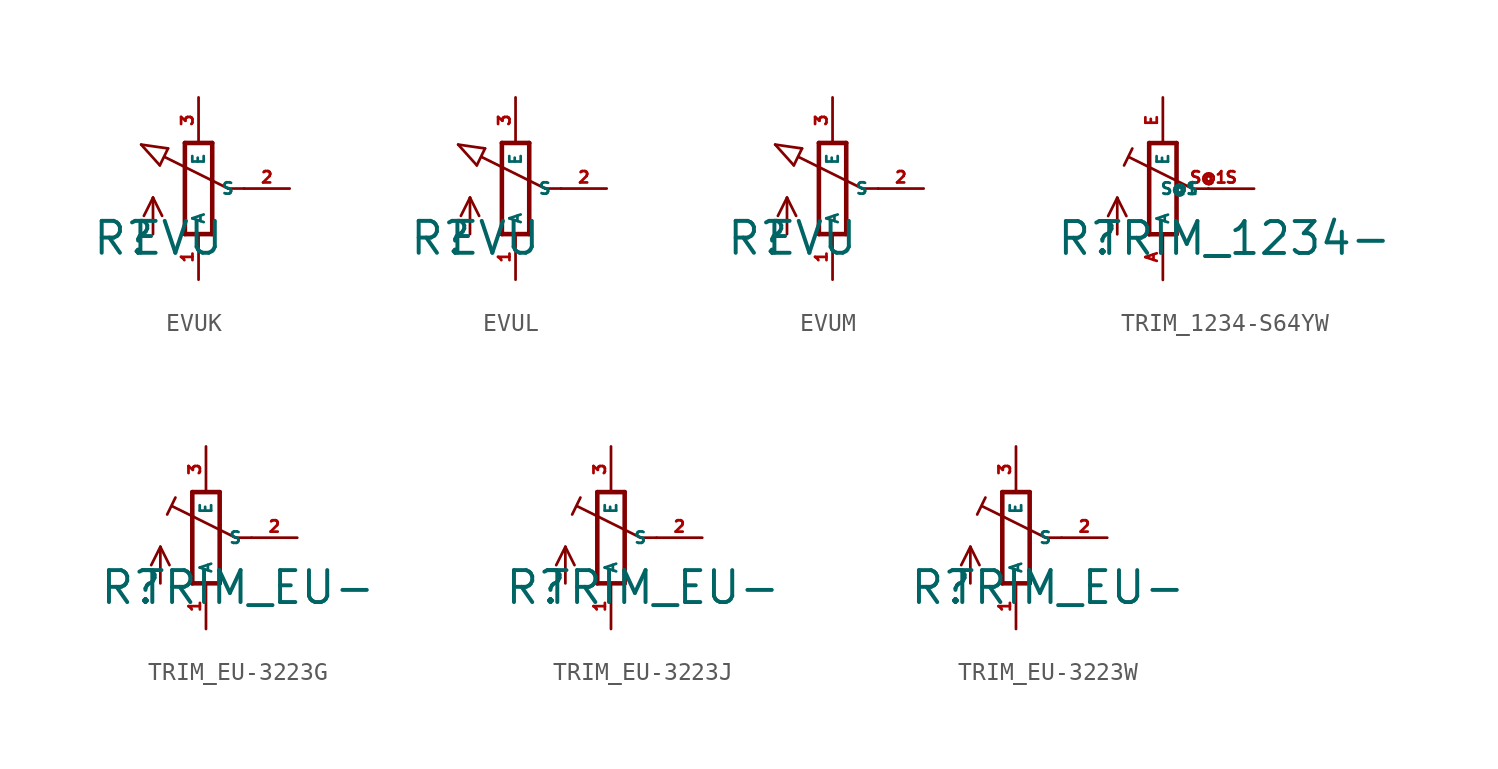
<source format=kicad_sym>
(kicad_symbol_lib
  (version 20220914)
  (generator Eagle2Kicad)
  (symbol "EVUK"
    (property "Reference" "R"
      (at -5.969 -3.81 0)
      (effects (font (size 1.778 1.778) (thickness 0.22)) (justify left bottom)))
    (property "Value" "EVU"
      (at -3.81 -3.81 0)
      (effects (font (size 1.778 1.778) (thickness 0.22)) (justify left bottom)))
    (polyline
      (pts (xy -0.762 2.54) (xy -0.762 -2.54))
      (stroke (width 0.254) (type default))
      (fill (type none)))
    (polyline
      (pts (xy 0.762 -2.54) (xy 0.762 2.54))
      (stroke (width 0.254) (type default))
      (fill (type none)))
    (polyline
      (pts (xy 2.54 0) (xy 1.651 0))
      (stroke (width 0.152) (type default))
      (fill (type none)))
    (polyline
      (pts (xy 1.651 0) (xy -1.88 1.753))
      (stroke (width 0.152) (type default))
      (fill (type none)))
    (polyline
      (pts (xy 0.762 2.54) (xy -0.762 2.54))
      (stroke (width 0.254) (type default))
      (fill (type none)))
    (polyline
      (pts (xy -0.762 -2.54) (xy 0.762 -2.54))
      (stroke (width 0.254) (type default))
      (fill (type none)))
    (polyline
      (pts (xy -2.16 1.294) (xy -3.199 2.45))
      (stroke (width 0.152) (type default))
      (fill (type none)))
    (polyline
      (pts (xy -3.199 2.45) (xy -1.702 2.235))
      (stroke (width 0.152) (type default))
      (fill (type none)))
    (polyline
      (pts (xy -2.54 -2.54) (xy -2.54 -0.508))
      (stroke (width 0.152) (type default))
      (fill (type none)))
    (polyline
      (pts (xy -2.54 -0.508) (xy -3.048 -1.524))
      (stroke (width 0.152) (type default))
      (fill (type none)))
    (polyline
      (pts (xy -2.54 -0.508) (xy -2.032 -1.524))
      (stroke (width 0.152) (type default))
      (fill (type none)))
    (polyline
      (pts (xy -2.16 1.294) (xy -1.702 2.235))
      (stroke (width 0.152) (type default))
      (fill (type none)))
    (pin passive line
      (at 0 -5.08 90)
      (length 2.54)
      (name "A" (effects (font (size 0.635 0.635) (thickness 0.08)) (justify left bottom)))
      (number "1" (effects (font (size 0.635 0.635) (thickness 0.08)) (justify left bottom))))
    (pin passive line
      (at 0 5.08 270)
      (length 2.54)
      (name "E" (effects (font (size 0.635 0.635) (thickness 0.08)) (justify left bottom)))
      (number "3" (effects (font (size 0.635 0.635) (thickness 0.08)) (justify left bottom))))
    (pin passive line
      (at 5.08 0 180)
      (length 2.54)
      (name "S" (effects (font (size 0.635 0.635) (thickness 0.08)) (justify left bottom)))
      (number "2" (effects (font (size 0.635 0.635) (thickness 0.08)) (justify left bottom)))))
  (symbol "EVUL"
    (property "Reference" "R"
      (at -5.969 -3.81 0)
      (effects (font (size 1.778 1.778) (thickness 0.22)) (justify left bottom)))
    (property "Value" "EVU"
      (at -3.81 -3.81 0)
      (effects (font (size 1.778 1.778) (thickness 0.22)) (justify left bottom)))
    (polyline
      (pts (xy -0.762 2.54) (xy -0.762 -2.54))
      (stroke (width 0.254) (type default))
      (fill (type none)))
    (polyline
      (pts (xy 0.762 -2.54) (xy 0.762 2.54))
      (stroke (width 0.254) (type default))
      (fill (type none)))
    (polyline
      (pts (xy 2.54 0) (xy 1.651 0))
      (stroke (width 0.152) (type default))
      (fill (type none)))
    (polyline
      (pts (xy 1.651 0) (xy -1.88 1.753))
      (stroke (width 0.152) (type default))
      (fill (type none)))
    (polyline
      (pts (xy 0.762 2.54) (xy -0.762 2.54))
      (stroke (width 0.254) (type default))
      (fill (type none)))
    (polyline
      (pts (xy -0.762 -2.54) (xy 0.762 -2.54))
      (stroke (width 0.254) (type default))
      (fill (type none)))
    (polyline
      (pts (xy -2.16 1.294) (xy -3.199 2.45))
      (stroke (width 0.152) (type default))
      (fill (type none)))
    (polyline
      (pts (xy -3.199 2.45) (xy -1.702 2.235))
      (stroke (width 0.152) (type default))
      (fill (type none)))
    (polyline
      (pts (xy -2.54 -2.54) (xy -2.54 -0.508))
      (stroke (width 0.152) (type default))
      (fill (type none)))
    (polyline
      (pts (xy -2.54 -0.508) (xy -3.048 -1.524))
      (stroke (width 0.152) (type default))
      (fill (type none)))
    (polyline
      (pts (xy -2.54 -0.508) (xy -2.032 -1.524))
      (stroke (width 0.152) (type default))
      (fill (type none)))
    (polyline
      (pts (xy -2.16 1.294) (xy -1.702 2.235))
      (stroke (width 0.152) (type default))
      (fill (type none)))
    (pin passive line
      (at 0 -5.08 90)
      (length 2.54)
      (name "A" (effects (font (size 0.635 0.635) (thickness 0.08)) (justify left bottom)))
      (number "1" (effects (font (size 0.635 0.635) (thickness 0.08)) (justify left bottom))))
    (pin passive line
      (at 0 5.08 270)
      (length 2.54)
      (name "E" (effects (font (size 0.635 0.635) (thickness 0.08)) (justify left bottom)))
      (number "3" (effects (font (size 0.635 0.635) (thickness 0.08)) (justify left bottom))))
    (pin passive line
      (at 5.08 0 180)
      (length 2.54)
      (name "S" (effects (font (size 0.635 0.635) (thickness 0.08)) (justify left bottom)))
      (number "2" (effects (font (size 0.635 0.635) (thickness 0.08)) (justify left bottom)))))
  (symbol "EVUM"
    (property "Reference" "R"
      (at -5.969 -3.81 0)
      (effects (font (size 1.778 1.778) (thickness 0.22)) (justify left bottom)))
    (property "Value" "EVU"
      (at -3.81 -3.81 0)
      (effects (font (size 1.778 1.778) (thickness 0.22)) (justify left bottom)))
    (polyline
      (pts (xy -0.762 2.54) (xy -0.762 -2.54))
      (stroke (width 0.254) (type default))
      (fill (type none)))
    (polyline
      (pts (xy 0.762 -2.54) (xy 0.762 2.54))
      (stroke (width 0.254) (type default))
      (fill (type none)))
    (polyline
      (pts (xy 2.54 0) (xy 1.651 0))
      (stroke (width 0.152) (type default))
      (fill (type none)))
    (polyline
      (pts (xy 1.651 0) (xy -1.88 1.753))
      (stroke (width 0.152) (type default))
      (fill (type none)))
    (polyline
      (pts (xy 0.762 2.54) (xy -0.762 2.54))
      (stroke (width 0.254) (type default))
      (fill (type none)))
    (polyline
      (pts (xy -0.762 -2.54) (xy 0.762 -2.54))
      (stroke (width 0.254) (type default))
      (fill (type none)))
    (polyline
      (pts (xy -2.16 1.294) (xy -3.199 2.45))
      (stroke (width 0.152) (type default))
      (fill (type none)))
    (polyline
      (pts (xy -3.199 2.45) (xy -1.702 2.235))
      (stroke (width 0.152) (type default))
      (fill (type none)))
    (polyline
      (pts (xy -2.54 -2.54) (xy -2.54 -0.508))
      (stroke (width 0.152) (type default))
      (fill (type none)))
    (polyline
      (pts (xy -2.54 -0.508) (xy -3.048 -1.524))
      (stroke (width 0.152) (type default))
      (fill (type none)))
    (polyline
      (pts (xy -2.54 -0.508) (xy -2.032 -1.524))
      (stroke (width 0.152) (type default))
      (fill (type none)))
    (polyline
      (pts (xy -2.16 1.294) (xy -1.702 2.235))
      (stroke (width 0.152) (type default))
      (fill (type none)))
    (pin passive line
      (at 0 -5.08 90)
      (length 2.54)
      (name "A" (effects (font (size 0.635 0.635) (thickness 0.08)) (justify left bottom)))
      (number "1" (effects (font (size 0.635 0.635) (thickness 0.08)) (justify left bottom))))
    (pin passive line
      (at 0 5.08 270)
      (length 2.54)
      (name "E" (effects (font (size 0.635 0.635) (thickness 0.08)) (justify left bottom)))
      (number "3" (effects (font (size 0.635 0.635) (thickness 0.08)) (justify left bottom))))
    (pin passive line
      (at 5.08 0 180)
      (length 2.54)
      (name "S" (effects (font (size 0.635 0.635) (thickness 0.08)) (justify left bottom)))
      (number "2" (effects (font (size 0.635 0.635) (thickness 0.08)) (justify left bottom)))))
  (symbol "TRIM_1234-S64YW"
    (property "Reference" "R"
      (at -5.969 -3.81 0)
      (effects (font (size 1.778 1.778) (thickness 0.22)) (justify left bottom)))
    (property "Value" "TRIM_1234-"
      (at -3.81 -3.81 0)
      (effects (font (size 1.778 1.778) (thickness 0.22)) (justify left bottom)))
    (polyline
      (pts (xy -0.762 2.54) (xy -0.762 -2.54))
      (stroke (width 0.254) (type default))
      (fill (type none)))
    (polyline
      (pts (xy 0.762 -2.54) (xy 0.762 2.54))
      (stroke (width 0.254) (type default))
      (fill (type none)))
    (polyline
      (pts (xy 2.54 0) (xy 1.651 0))
      (stroke (width 0.152) (type default))
      (fill (type none)))
    (polyline
      (pts (xy 1.651 0) (xy -1.88 1.753))
      (stroke (width 0.152) (type default))
      (fill (type none)))
    (polyline
      (pts (xy 0.762 2.54) (xy -0.762 2.54))
      (stroke (width 0.254) (type default))
      (fill (type none)))
    (polyline
      (pts (xy -0.762 -2.54) (xy 0.762 -2.54))
      (stroke (width 0.254) (type default))
      (fill (type none)))
    (polyline
      (pts (xy -2.54 -2.54) (xy -2.54 -0.508))
      (stroke (width 0.152) (type default))
      (fill (type none)))
    (polyline
      (pts (xy -2.54 -0.508) (xy -3.048 -1.524))
      (stroke (width 0.152) (type default))
      (fill (type none)))
    (polyline
      (pts (xy -2.54 -0.508) (xy -2.032 -1.524))
      (stroke (width 0.152) (type default))
      (fill (type none)))
    (polyline
      (pts (xy -2.16 1.294) (xy -1.702 2.235))
      (stroke (width 0.152) (type default))
      (fill (type none)))
    (pin passive line
      (at 0 -5.08 90)
      (length 2.54)
      (name "A" (effects (font (size 0.635 0.635) (thickness 0.08)) (justify left bottom)))
      (number "A" (effects (font (size 0.635 0.635) (thickness 0.08)) (justify left bottom))))
    (pin passive line
      (at 0 5.08 270)
      (length 2.54)
      (name "E" (effects (font (size 0.635 0.635) (thickness 0.08)) (justify left bottom)))
      (number "E" (effects (font (size 0.635 0.635) (thickness 0.08)) (justify left bottom))))
    (pin passive line
      (at 5.08 0 180)
      (length 2.54)
      (name "S" (effects (font (size 0.635 0.635) (thickness 0.08)) (justify left bottom)))
      (number "S" (effects (font (size 0.635 0.635) (thickness 0.08)) (justify left bottom))))
    (pin passive line
      (at 2.54 0 180)
      (length 0)
      (name "S@1" (effects (font (size 0.635 0.635) (thickness 0.08)) (justify left bottom)))
      (number "S@1" (effects (font (size 0.635 0.635) (thickness 0.08)) (justify left bottom)))))
  (symbol "TRIM_EU-3223G"
    (property "Reference" "R"
      (at -5.969 -3.81 0)
      (effects (font (size 1.778 1.778) (thickness 0.22)) (justify left bottom)))
    (property "Value" "TRIM_EU-"
      (at -3.81 -3.81 0)
      (effects (font (size 1.778 1.778) (thickness 0.22)) (justify left bottom)))
    (polyline
      (pts (xy -0.762 2.54) (xy -0.762 -2.54))
      (stroke (width 0.254) (type default))
      (fill (type none)))
    (polyline
      (pts (xy 0.762 -2.54) (xy 0.762 2.54))
      (stroke (width 0.254) (type default))
      (fill (type none)))
    (polyline
      (pts (xy 2.54 0) (xy 1.651 0))
      (stroke (width 0.152) (type default))
      (fill (type none)))
    (polyline
      (pts (xy 1.651 0) (xy -1.88 1.753))
      (stroke (width 0.152) (type default))
      (fill (type none)))
    (polyline
      (pts (xy 0.762 2.54) (xy -0.762 2.54))
      (stroke (width 0.254) (type default))
      (fill (type none)))
    (polyline
      (pts (xy -0.762 -2.54) (xy 0.762 -2.54))
      (stroke (width 0.254) (type default))
      (fill (type none)))
    (polyline
      (pts (xy -2.54 -2.54) (xy -2.54 -0.508))
      (stroke (width 0.152) (type default))
      (fill (type none)))
    (polyline
      (pts (xy -2.54 -0.508) (xy -3.048 -1.524))
      (stroke (width 0.152) (type default))
      (fill (type none)))
    (polyline
      (pts (xy -2.54 -0.508) (xy -2.032 -1.524))
      (stroke (width 0.152) (type default))
      (fill (type none)))
    (polyline
      (pts (xy -2.16 1.294) (xy -1.702 2.235))
      (stroke (width 0.152) (type default))
      (fill (type none)))
    (pin passive line
      (at 0 -5.08 90)
      (length 2.54)
      (name "A" (effects (font (size 0.635 0.635) (thickness 0.08)) (justify left bottom)))
      (number "1" (effects (font (size 0.635 0.635) (thickness 0.08)) (justify left bottom))))
    (pin passive line
      (at 0 5.08 270)
      (length 2.54)
      (name "E" (effects (font (size 0.635 0.635) (thickness 0.08)) (justify left bottom)))
      (number "3" (effects (font (size 0.635 0.635) (thickness 0.08)) (justify left bottom))))
    (pin passive line
      (at 5.08 0 180)
      (length 2.54)
      (name "S" (effects (font (size 0.635 0.635) (thickness 0.08)) (justify left bottom)))
      (number "2" (effects (font (size 0.635 0.635) (thickness 0.08)) (justify left bottom)))))
  (symbol "TRIM_EU-3223J"
    (property "Reference" "R"
      (at -5.969 -3.81 0)
      (effects (font (size 1.778 1.778) (thickness 0.22)) (justify left bottom)))
    (property "Value" "TRIM_EU-"
      (at -3.81 -3.81 0)
      (effects (font (size 1.778 1.778) (thickness 0.22)) (justify left bottom)))
    (polyline
      (pts (xy -0.762 2.54) (xy -0.762 -2.54))
      (stroke (width 0.254) (type default))
      (fill (type none)))
    (polyline
      (pts (xy 0.762 -2.54) (xy 0.762 2.54))
      (stroke (width 0.254) (type default))
      (fill (type none)))
    (polyline
      (pts (xy 2.54 0) (xy 1.651 0))
      (stroke (width 0.152) (type default))
      (fill (type none)))
    (polyline
      (pts (xy 1.651 0) (xy -1.88 1.753))
      (stroke (width 0.152) (type default))
      (fill (type none)))
    (polyline
      (pts (xy 0.762 2.54) (xy -0.762 2.54))
      (stroke (width 0.254) (type default))
      (fill (type none)))
    (polyline
      (pts (xy -0.762 -2.54) (xy 0.762 -2.54))
      (stroke (width 0.254) (type default))
      (fill (type none)))
    (polyline
      (pts (xy -2.54 -2.54) (xy -2.54 -0.508))
      (stroke (width 0.152) (type default))
      (fill (type none)))
    (polyline
      (pts (xy -2.54 -0.508) (xy -3.048 -1.524))
      (stroke (width 0.152) (type default))
      (fill (type none)))
    (polyline
      (pts (xy -2.54 -0.508) (xy -2.032 -1.524))
      (stroke (width 0.152) (type default))
      (fill (type none)))
    (polyline
      (pts (xy -2.16 1.294) (xy -1.702 2.235))
      (stroke (width 0.152) (type default))
      (fill (type none)))
    (pin passive line
      (at 0 -5.08 90)
      (length 2.54)
      (name "A" (effects (font (size 0.635 0.635) (thickness 0.08)) (justify left bottom)))
      (number "1" (effects (font (size 0.635 0.635) (thickness 0.08)) (justify left bottom))))
    (pin passive line
      (at 0 5.08 270)
      (length 2.54)
      (name "E" (effects (font (size 0.635 0.635) (thickness 0.08)) (justify left bottom)))
      (number "3" (effects (font (size 0.635 0.635) (thickness 0.08)) (justify left bottom))))
    (pin passive line
      (at 5.08 0 180)
      (length 2.54)
      (name "S" (effects (font (size 0.635 0.635) (thickness 0.08)) (justify left bottom)))
      (number "2" (effects (font (size 0.635 0.635) (thickness 0.08)) (justify left bottom)))))
  (symbol "TRIM_EU-3223W"
    (property "Reference" "R"
      (at -5.969 -3.81 0)
      (effects (font (size 1.778 1.778) (thickness 0.22)) (justify left bottom)))
    (property "Value" "TRIM_EU-"
      (at -3.81 -3.81 0)
      (effects (font (size 1.778 1.778) (thickness 0.22)) (justify left bottom)))
    (polyline
      (pts (xy -0.762 2.54) (xy -0.762 -2.54))
      (stroke (width 0.254) (type default))
      (fill (type none)))
    (polyline
      (pts (xy 0.762 -2.54) (xy 0.762 2.54))
      (stroke (width 0.254) (type default))
      (fill (type none)))
    (polyline
      (pts (xy 2.54 0) (xy 1.651 0))
      (stroke (width 0.152) (type default))
      (fill (type none)))
    (polyline
      (pts (xy 1.651 0) (xy -1.88 1.753))
      (stroke (width 0.152) (type default))
      (fill (type none)))
    (polyline
      (pts (xy 0.762 2.54) (xy -0.762 2.54))
      (stroke (width 0.254) (type default))
      (fill (type none)))
    (polyline
      (pts (xy -0.762 -2.54) (xy 0.762 -2.54))
      (stroke (width 0.254) (type default))
      (fill (type none)))
    (polyline
      (pts (xy -2.54 -2.54) (xy -2.54 -0.508))
      (stroke (width 0.152) (type default))
      (fill (type none)))
    (polyline
      (pts (xy -2.54 -0.508) (xy -3.048 -1.524))
      (stroke (width 0.152) (type default))
      (fill (type none)))
    (polyline
      (pts (xy -2.54 -0.508) (xy -2.032 -1.524))
      (stroke (width 0.152) (type default))
      (fill (type none)))
    (polyline
      (pts (xy -2.16 1.294) (xy -1.702 2.235))
      (stroke (width 0.152) (type default))
      (fill (type none)))
    (pin passive line
      (at 0 -5.08 90)
      (length 2.54)
      (name "A" (effects (font (size 0.635 0.635) (thickness 0.08)) (justify left bottom)))
      (number "1" (effects (font (size 0.635 0.635) (thickness 0.08)) (justify left bottom))))
    (pin passive line
      (at 0 5.08 270)
      (length 2.54)
      (name "E" (effects (font (size 0.635 0.635) (thickness 0.08)) (justify left bottom)))
      (number "3" (effects (font (size 0.635 0.635) (thickness 0.08)) (justify left bottom))))
    (pin passive line
      (at 5.08 0 180)
      (length 2.54)
      (name "S" (effects (font (size 0.635 0.635) (thickness 0.08)) (justify left bottom)))
      (number "2" (effects (font (size 0.635 0.635) (thickness 0.08)) (justify left bottom))))))
</source>
